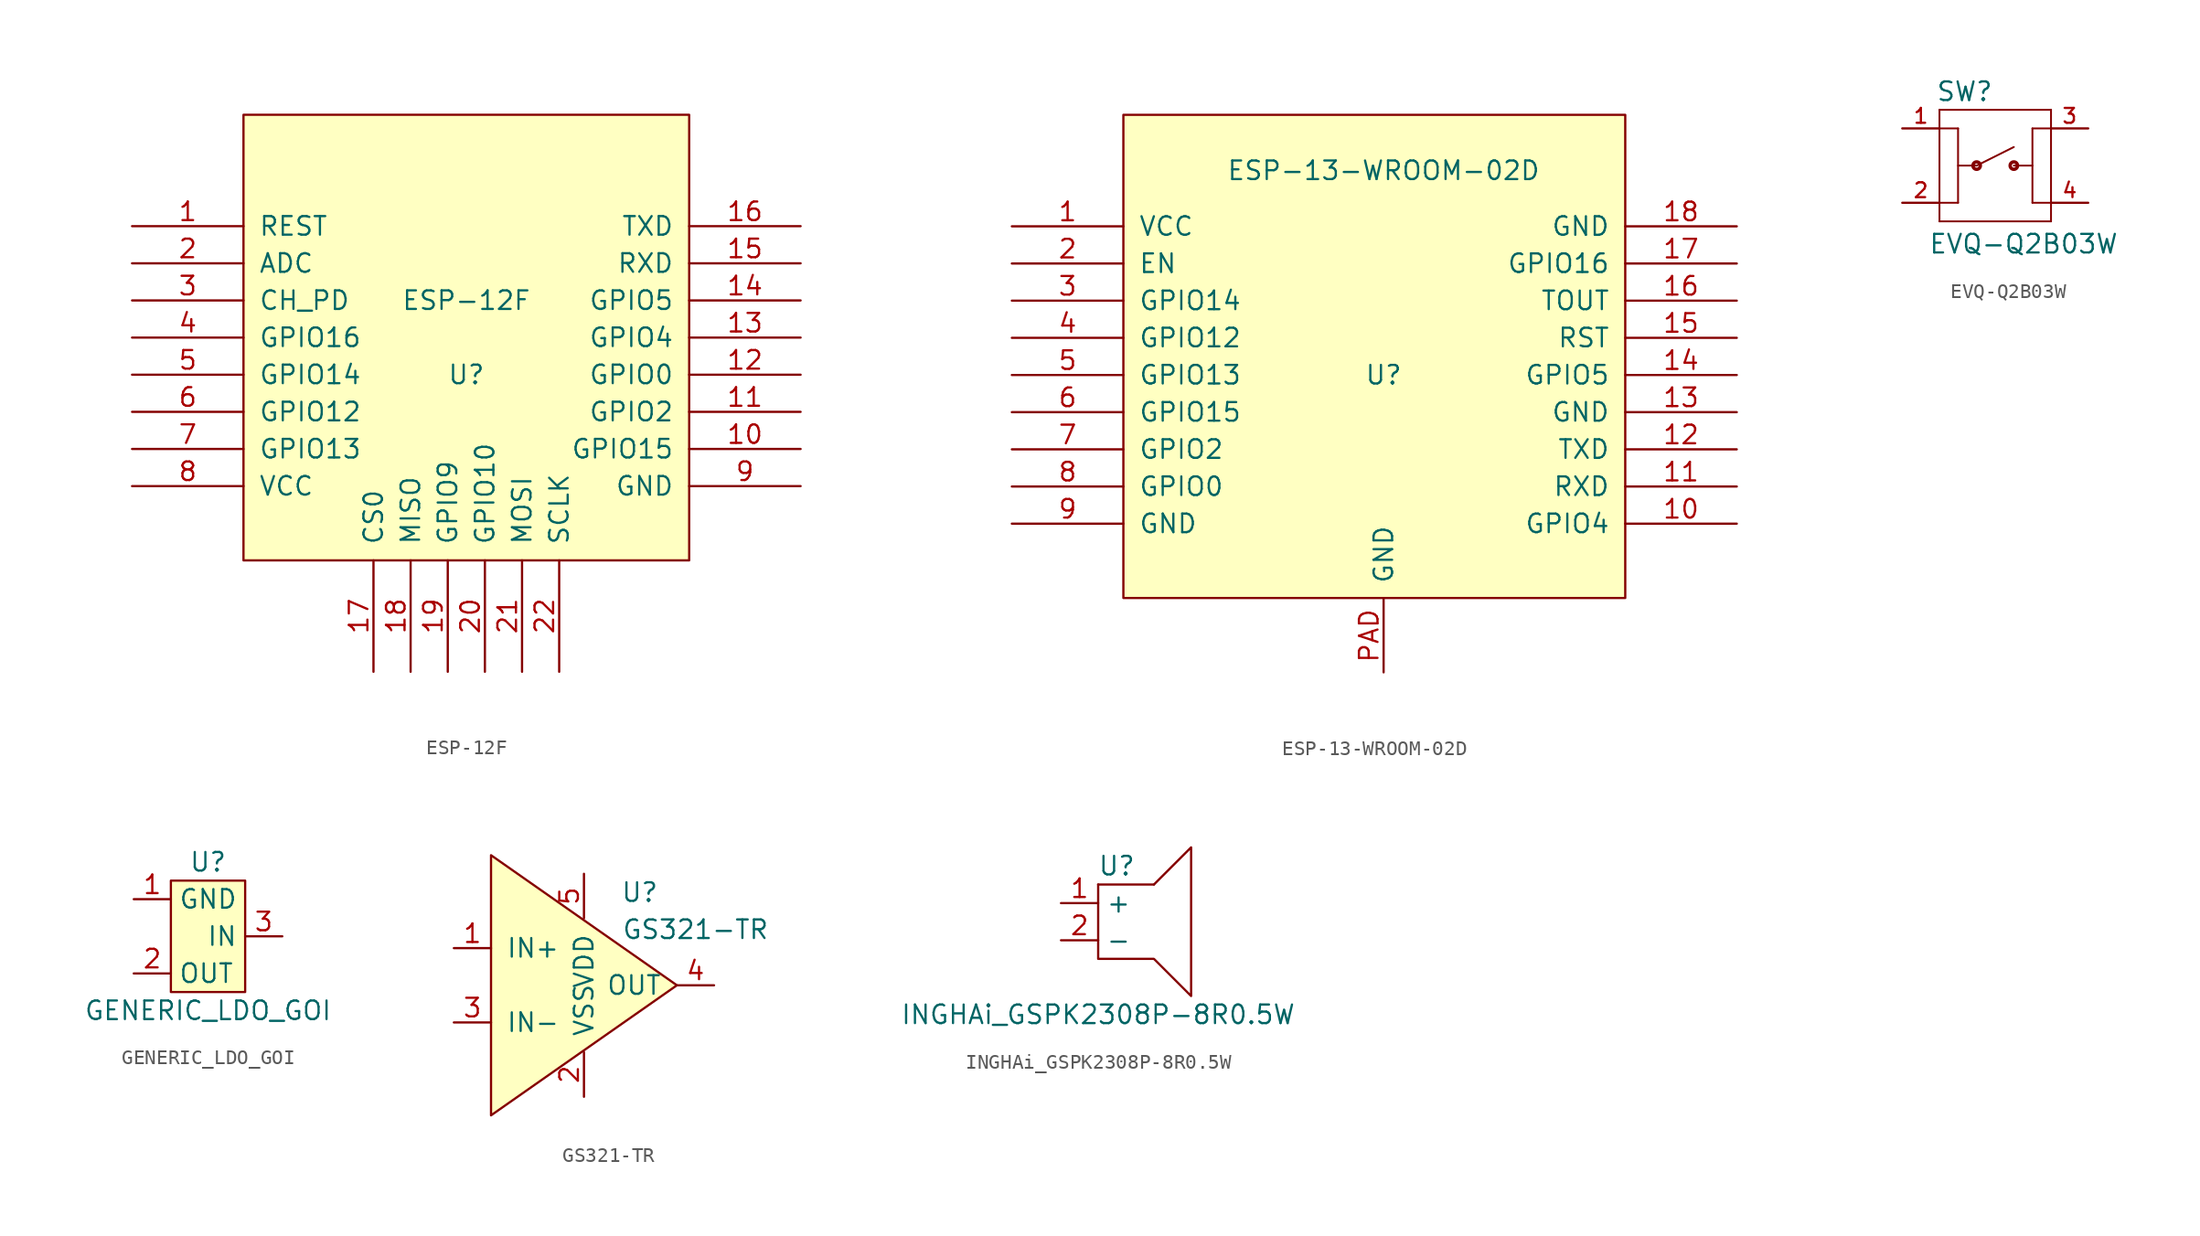
<source format=kicad_sym>
(kicad_symbol_lib
  (version 20220914)
  (generator kicad_symbol_editor)
  (symbol "ESP-12F"
    (pin_names
      (offset 1.016))
    (property "Reference" "U"
      (at 0 -2.54 0)
      (effects (font (size 1.27 1.27))))
    (property "Value" "ESP-12F"
      (at 0 2.54 0)
      (effects (font (size 1.27 1.27))))
    (symbol "ESP-12F_1_0"
      (rectangle (start -15.24 -15.24) (end 15.24 15.24) (stroke (width 0) (type default)) (fill (type background))))
    (symbol "ESP-12F_1_1"
      (pin input line (at -22.86 7.62 0) (length 7.62) (name "REST" (effects (font (size 1.27 1.27)))) (number "1" (effects (font (size 1.27 1.27)))))
      (pin bidirectional line (at 22.86 -7.62 180) (length 7.62) (name "GPIO15" (effects (font (size 1.27 1.27)))) (number "10" (effects (font (size 1.27 1.27)))))
      (pin bidirectional line (at 22.86 -5.08 180) (length 7.62) (name "GPIO2" (effects (font (size 1.27 1.27)))) (number "11" (effects (font (size 1.27 1.27)))))
      (pin bidirectional line (at 22.86 -2.54 180) (length 7.62) (name "GPIO0" (effects (font (size 1.27 1.27)))) (number "12" (effects (font (size 1.27 1.27)))))
      (pin bidirectional line (at 22.86 0 180) (length 7.62) (name "GPIO4" (effects (font (size 1.27 1.27)))) (number "13" (effects (font (size 1.27 1.27)))))
      (pin bidirectional line (at 22.86 2.54 180) (length 7.62) (name "GPIO5" (effects (font (size 1.27 1.27)))) (number "14" (effects (font (size 1.27 1.27)))))
      (pin input line (at 22.86 5.08 180) (length 7.62) (name "RXD" (effects (font (size 1.27 1.27)))) (number "15" (effects (font (size 1.27 1.27)))))
      (pin output line (at 22.86 7.62 180) (length 7.62) (name "TXD" (effects (font (size 1.27 1.27)))) (number "16" (effects (font (size 1.27 1.27)))))
      (pin bidirectional line (at -6.35 -22.86 90) (length 7.62) (name "CS0" (effects (font (size 1.27 1.27)))) (number "17" (effects (font (size 1.27 1.27)))))
      (pin bidirectional line (at -3.81 -22.86 90) (length 7.62) (name "MISO" (effects (font (size 1.27 1.27)))) (number "18" (effects (font (size 1.27 1.27)))))
      (pin bidirectional line (at -1.27 -22.86 90) (length 7.62) (name "GPIO9" (effects (font (size 1.27 1.27)))) (number "19" (effects (font (size 1.27 1.27)))))
      (pin passive line (at -22.86 5.08 0) (length 7.62) (name "ADC" (effects (font (size 1.27 1.27)))) (number "2" (effects (font (size 1.27 1.27)))))
      (pin bidirectional line (at 1.27 -22.86 90) (length 7.62) (name "GPIO10" (effects (font (size 1.27 1.27)))) (number "20" (effects (font (size 1.27 1.27)))))
      (pin bidirectional line (at 3.81 -22.86 90) (length 7.62) (name "MOSI" (effects (font (size 1.27 1.27)))) (number "21" (effects (font (size 1.27 1.27)))))
      (pin bidirectional line (at 6.35 -22.86 90) (length 7.62) (name "SCLK" (effects (font (size 1.27 1.27)))) (number "22" (effects (font (size 1.27 1.27)))))
      (pin input line (at -22.86 2.54 0) (length 7.62) (name "CH_PD" (effects (font (size 1.27 1.27)))) (number "3" (effects (font (size 1.27 1.27)))))
      (pin bidirectional line (at -22.86 0 0) (length 7.62) (name "GPIO16" (effects (font (size 1.27 1.27)))) (number "4" (effects (font (size 1.27 1.27)))))
      (pin bidirectional line (at -22.86 -2.54 0) (length 7.62) (name "GPIO14" (effects (font (size 1.27 1.27)))) (number "5" (effects (font (size 1.27 1.27)))))
      (pin bidirectional line (at -22.86 -5.08 0) (length 7.62) (name "GPIO12" (effects (font (size 1.27 1.27)))) (number "6" (effects (font (size 1.27 1.27)))))
      (pin bidirectional line (at -22.86 -7.62 0) (length 7.62) (name "GPIO13" (effects (font (size 1.27 1.27)))) (number "7" (effects (font (size 1.27 1.27)))))
      (pin power_in line (at -22.86 -10.16 0) (length 7.62) (name "VCC" (effects (font (size 1.27 1.27)))) (number "8" (effects (font (size 1.27 1.27)))))
      (pin power_in line (at 22.86 -10.16 180) (length 7.62) (name "GND" (effects (font (size 1.27 1.27)))) (number "9" (effects (font (size 1.27 1.27)))))))
  (symbol "ESP-13-WROOM-02D"
    (pin_names
      (offset 1.016))
    (property "Reference" "U"
      (at 0 -2.54 0)
      (effects (font (size 1.27 1.27))))
    (property "Value" "ESP-13-WROOM-02D"
      (at 0 11.43 0)
      (effects (font (size 1.27 1.27))))
    (symbol "ESP-13-WROOM-02D_1_0"
      (rectangle (start -17.78 -17.78) (end 16.51 15.24) (stroke (width 0) (type default)) (fill (type background))))
    (symbol "ESP-13-WROOM-02D_1_1"
      (pin input line (at -25.4 7.62 0) (length 7.62) (name "VCC" (effects (font (size 1.27 1.27)))) (number "1" (effects (font (size 1.27 1.27)))))
      (pin bidirectional line (at 24.13 -12.7 180) (length 7.62) (name "GPIO4" (effects (font (size 1.27 1.27)))) (number "10" (effects (font (size 1.27 1.27)))))
      (pin bidirectional line (at 24.13 -10.16 180) (length 7.62) (name "RXD" (effects (font (size 1.27 1.27)))) (number "11" (effects (font (size 1.27 1.27)))))
      (pin bidirectional line (at 24.13 -7.62 180) (length 7.62) (name "TXD" (effects (font (size 1.27 1.27)))) (number "12" (effects (font (size 1.27 1.27)))))
      (pin power_in line (at 24.13 -5.08 180) (length 7.62) (name "GND" (effects (font (size 1.27 1.27)))) (number "13" (effects (font (size 1.27 1.27)))))
      (pin bidirectional line (at 24.13 -2.54 180) (length 7.62) (name "GPIO5" (effects (font (size 1.27 1.27)))) (number "14" (effects (font (size 1.27 1.27)))))
      (pin input line (at 24.13 0 180) (length 7.62) (name "RST" (effects (font (size 1.27 1.27)))) (number "15" (effects (font (size 1.27 1.27)))))
      (pin output line (at 24.13 2.54 180) (length 7.62) (name "TOUT" (effects (font (size 1.27 1.27)))) (number "16" (effects (font (size 1.27 1.27)))))
      (pin bidirectional line (at 24.13 5.08 180) (length 7.62) (name "GPIO16" (effects (font (size 1.27 1.27)))) (number "17" (effects (font (size 1.27 1.27)))))
      (pin power_in line (at 24.13 7.62 180) (length 7.62) (name "GND" (effects (font (size 1.27 1.27)))) (number "18" (effects (font (size 1.27 1.27)))))
      (pin passive line (at -25.4 5.08 0) (length 7.62) (name "EN" (effects (font (size 1.27 1.27)))) (number "2" (effects (font (size 1.27 1.27)))))
      (pin input line (at -25.4 2.54 0) (length 7.62) (name "GPIO14" (effects (font (size 1.27 1.27)))) (number "3" (effects (font (size 1.27 1.27)))))
      (pin bidirectional line (at -25.4 0 0) (length 7.62) (name "GPIO12" (effects (font (size 1.27 1.27)))) (number "4" (effects (font (size 1.27 1.27)))))
      (pin bidirectional line (at -25.4 -2.54 0) (length 7.62) (name "GPIO13" (effects (font (size 1.27 1.27)))) (number "5" (effects (font (size 1.27 1.27)))))
      (pin bidirectional line (at -25.4 -5.08 0) (length 7.62) (name "GPIO15" (effects (font (size 1.27 1.27)))) (number "6" (effects (font (size 1.27 1.27)))))
      (pin bidirectional line (at -25.4 -7.62 0) (length 7.62) (name "GPIO2" (effects (font (size 1.27 1.27)))) (number "7" (effects (font (size 1.27 1.27)))))
      (pin bidirectional line (at -25.4 -10.16 0) (length 7.62) (name "GPIO0" (effects (font (size 1.27 1.27)))) (number "8" (effects (font (size 1.27 1.27)))))
      (pin power_in line (at -25.4 -12.7 0) (length 7.62) (name "GND" (effects (font (size 1.27 1.27)))) (number "9" (effects (font (size 1.27 1.27)))))
      (pin power_in line (at 0 -22.86 90) (length 5.004) (name "GND" (effects (font (size 1.27 1.27)))) (number "PAD" (effects (font (size 1.27 1.27)))))))
  (symbol "EVQ-Q2B03W"
    (pin_names
      (offset 1.016) hide)
    (property "Reference" "SW"
      (at -4.064 4.318 0)
      (effects (font (size 1.27 1.27)) (justify left bottom)))
    (property "Value" "EVQ-Q2B03W"
      (at -4.572 -6.096 0)
      (effects (font (size 1.27 1.27)) (justify left bottom)))
    (symbol "EVQ-Q2B03W_0_0"
      (circle (center -1.27 0) (radius 0.254) (stroke (width 0.229) (type default)) (fill (type none)))
      (polyline (pts (xy -3.81 -3.81) (xy 3.81 -3.81)) (stroke (width 0.127) (type default)) (fill (type none)))
      (polyline (pts (xy -3.81 -2.54) (xy -3.81 -3.81)) (stroke (width 0.127) (type default)) (fill (type none)))
      (polyline (pts (xy -3.81 2.54) (xy -3.81 -2.54)) (stroke (width 0.127) (type default)) (fill (type none)))
      (polyline (pts (xy -3.81 2.54) (xy -2.54 2.54)) (stroke (width 0.127) (type default)) (fill (type none)))
      (polyline (pts (xy -3.81 3.81) (xy -3.81 2.54)) (stroke (width 0.127) (type default)) (fill (type none)))
      (polyline (pts (xy -3.81 3.81) (xy 3.81 3.81)) (stroke (width 0.127) (type default)) (fill (type none)))
      (polyline (pts (xy -2.54 -2.54) (xy -3.81 -2.54)) (stroke (width 0.127) (type default)) (fill (type none)))
      (polyline (pts (xy -2.54 0) (xy -1.27 0)) (stroke (width 0.127) (type default)) (fill (type none)))
      (polyline (pts (xy -2.54 2.54) (xy -2.54 -2.54)) (stroke (width 0.127) (type default)) (fill (type none)))
      (polyline (pts (xy -1.27 0) (xy 1.27 1.27)) (stroke (width 0.127) (type default)) (fill (type none)))
      (polyline (pts (xy 1.27 0) (xy 2.54 0)) (stroke (width 0.127) (type default)) (fill (type none)))
      (polyline (pts (xy 2.54 -2.54) (xy 3.81 -2.54)) (stroke (width 0.127) (type default)) (fill (type none)))
      (polyline (pts (xy 2.54 2.54) (xy 2.54 -2.54)) (stroke (width 0.127) (type default)) (fill (type none)))
      (polyline (pts (xy 3.81 -2.54) (xy 3.81 -3.81)) (stroke (width 0.127) (type default)) (fill (type none)))
      (polyline (pts (xy 3.81 2.54) (xy 2.54 2.54)) (stroke (width 0.127) (type default)) (fill (type none)))
      (polyline (pts (xy 3.81 2.54) (xy 3.81 -2.54)) (stroke (width 0.127) (type default)) (fill (type none)))
      (polyline (pts (xy 3.81 3.81) (xy 3.81 2.54)) (stroke (width 0.127) (type default)) (fill (type none)))
      (circle (center 1.27 0) (radius 0.254) (stroke (width 0.229) (type default)) (fill (type none)))
      (pin passive line (at -6.35 2.54 0) (length 2.54) (name "1" (effects (font (size 1.016 1.016)))) (number "1" (effects (font (size 1.016 1.016)))))
      (pin passive line (at -6.35 -2.54 0) (length 2.54) (name "2" (effects (font (size 1.016 1.016)))) (number "2" (effects (font (size 1.016 1.016)))))
      (pin passive line (at 6.35 2.54 180) (length 2.54) (name "3" (effects (font (size 1.016 1.016)))) (number "3" (effects (font (size 1.016 1.016)))))
      (pin passive line (at 6.35 -2.54 180) (length 2.54) (name "4" (effects (font (size 1.016 1.016)))) (number "4" (effects (font (size 1.016 1.016)))))))
  (symbol "GENERIC_LDO_GOI"
    (property "Reference" "U"
      (at 0 5.08 0)
      (effects (font (size 1.27 1.27))))
    (property "Value" "GENERIC_LDO_GOI"
      (at 0 -5.08 0)
      (effects (font (size 1.27 1.27))))
    (symbol "GENERIC_LDO_GOI_0_1"
      (rectangle (start -2.54 3.81) (end 2.54 -3.81) (stroke (width 0.152) (type default)) (fill (type background))))
    (symbol "GENERIC_LDO_GOI_1_1"
      (pin bidirectional line (at -5.08 2.54 0) (length 2.54) (name "GND" (effects (font (size 1.27 1.27)))) (number "1" (effects (font (size 1.27 1.27)))))
      (pin bidirectional line (at -5.08 -2.54 0) (length 2.54) (name "OUT" (effects (font (size 1.27 1.27)))) (number "2" (effects (font (size 1.27 1.27)))))
      (pin bidirectional line (at 5.08 0 180) (length 2.54) (name "IN" (effects (font (size 1.27 1.27)))) (number "3" (effects (font (size 1.27 1.27)))))))
  (symbol "GS321-TR"
    (pin_names
      (offset 1.016))
    (property "Reference" "U"
      (at 3.81 6.35 0)
      (effects (font (size 1.27 1.27))))
    (property "Value" "GS321-TR"
      (at 7.62 3.81 0)
      (effects (font (size 1.27 1.27))))
    (symbol "GS321-TR_0_1"
      (polyline (pts (xy 6.35 0) (xy -6.35 8.89) (xy -6.35 -8.89) (xy 6.35 0)) (stroke (width 0) (type default)) (fill (type background))))
    (symbol "GS321-TR_1_1"
      (pin input line (at -8.89 2.54 0) (length 2.54) (name "IN+" (effects (font (size 1.27 1.27)))) (number "1" (effects (font (size 1.27 1.27)))))
      (pin power_in line (at 0 -7.62 90) (length 3.048) (name "VSS" (effects (font (size 1.27 1.27)))) (number "2" (effects (font (size 1.27 1.27)))))
      (pin input line (at -8.89 -2.54 0) (length 2.54) (name "IN-" (effects (font (size 1.27 1.27)))) (number "3" (effects (font (size 1.27 1.27)))))
      (pin output line (at 8.89 0 180) (length 2.54) (name "OUT" (effects (font (size 1.27 1.27)))) (number "4" (effects (font (size 1.27 1.27)))))
      (pin power_in line (at 0 7.62 270) (length 3.048) (name "VDD" (effects (font (size 1.27 1.27)))) (number "5" (effects (font (size 1.27 1.27)))))))
  (symbol "INGHAi_GSPK2308P-8R0.5W"
    (property "Reference" "U"
      (at 1.27 3.81 0)
      (effects (font (size 1.27 1.27))))
    (property "Value" "INGHAi_GSPK2308P-8R0.5W"
      (at 0 -6.35 0)
      (effects (font (size 1.27 1.27))))
    (symbol "INGHAi_GSPK2308P-8R0.5W_0_1"
      (polyline (pts (xy 3.81 2.54) (xy 0 2.54)) (stroke (width 0) (type default)) (fill (type none)))
      (polyline (pts (xy 0 2.54) (xy 0 -2.54) (xy 3.81 -2.54) (xy 6.35 -5.08) (xy 6.35 5.08) (xy 3.81 2.54)) (stroke (width 0) (type default)) (fill (type none))))
    (symbol "INGHAi_GSPK2308P-8R0.5W_1_1"
      (pin input line (at -2.54 1.27 0) (length 2.54) (name "+" (effects (font (size 1.27 1.27)))) (number "1" (effects (font (size 1.27 1.27)))))
      (pin input line (at -2.54 -1.27 0) (length 2.54) (name "-" (effects (font (size 1.27 1.27)))) (number "2" (effects (font (size 1.27 1.27))))))))
</source>
